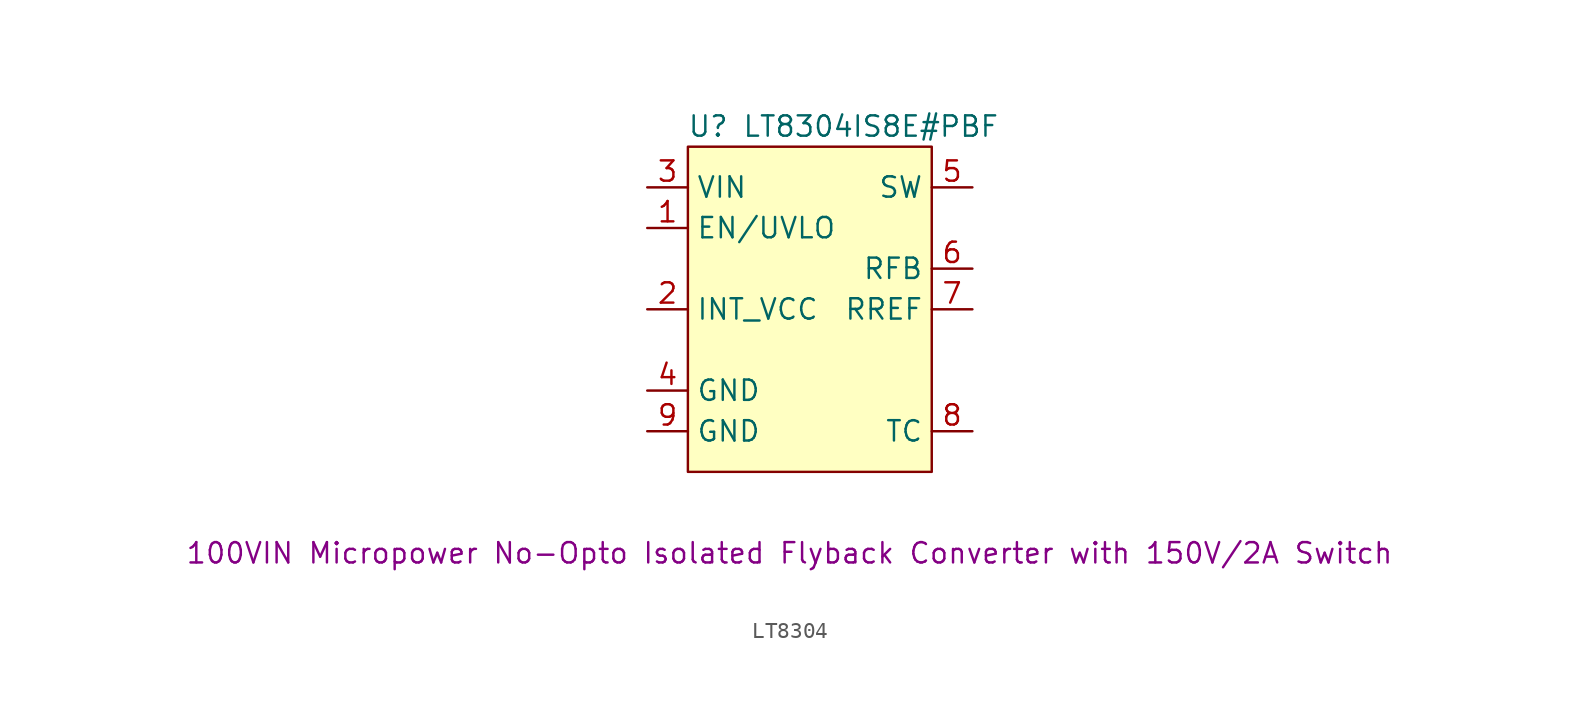
<source format=kicad_sym>
(kicad_symbol_lib
  (version 20220914)
  (generator kicad_symbol_editor)
  (symbol "LT8304"
    (property "Reference" "U"
      (at 1.27 1.27 0)
      (effects (font (size 1.27 1.27))))
    (property "Value" "LT8304IS8E#PBF"
      (at 11.43 1.27 0)
      (effects (font (size 1.27 1.27))))
    (property "Description" "100VIN Micropower No-Opto Isolated Flyback Converter with 150V/2A Switch"
      (at 6.35 -25.4 0)
      (effects (font (size 1.27 1.27))))
    (symbol "LT8304_1_0"
      (rectangle (start 0 0) (end 15.24 -20.32) (stroke (width 0) (type default)) (fill (type background))))
    (symbol "LT8304_1_1"
      (pin input line (at -2.54 -5.08 0) (length 2.54) (name "EN/UVLO" (effects (font (size 1.27 1.27)))) (number "1" (effects (font (size 1.27 1.27)))))
      (pin passive line (at -2.54 -10.16 0) (length 2.54) (name "INT_VCC" (effects (font (size 1.27 1.27)))) (number "2" (effects (font (size 1.27 1.27)))))
      (pin power_in line (at -2.54 -2.54 0) (length 2.54) (name "VIN" (effects (font (size 1.27 1.27)))) (number "3" (effects (font (size 1.27 1.27)))))
      (pin power_in line (at -2.54 -15.24 0) (length 2.54) (name "GND" (effects (font (size 1.27 1.27)))) (number "4" (effects (font (size 1.27 1.27)))))
      (pin output line (at 17.78 -2.54 180) (length 2.54) (name "SW" (effects (font (size 1.27 1.27)))) (number "5" (effects (font (size 1.27 1.27)))))
      (pin input line (at 17.78 -7.62 180) (length 2.54) (name "RFB" (effects (font (size 1.27 1.27)))) (number "6" (effects (font (size 1.27 1.27)))))
      (pin input line (at 17.78 -10.16 180) (length 2.54) (name "RREF" (effects (font (size 1.27 1.27)))) (number "7" (effects (font (size 1.27 1.27)))))
      (pin output line (at 17.78 -17.78 180) (length 2.54) (name "TC" (effects (font (size 1.27 1.27)))) (number "8" (effects (font (size 1.27 1.27)))))
      (pin power_in line (at -2.54 -17.78 0) (length 2.54) (name "GND" (effects (font (size 1.27 1.27)))) (number "9" (effects (font (size 1.27 1.27))))))))
</source>
